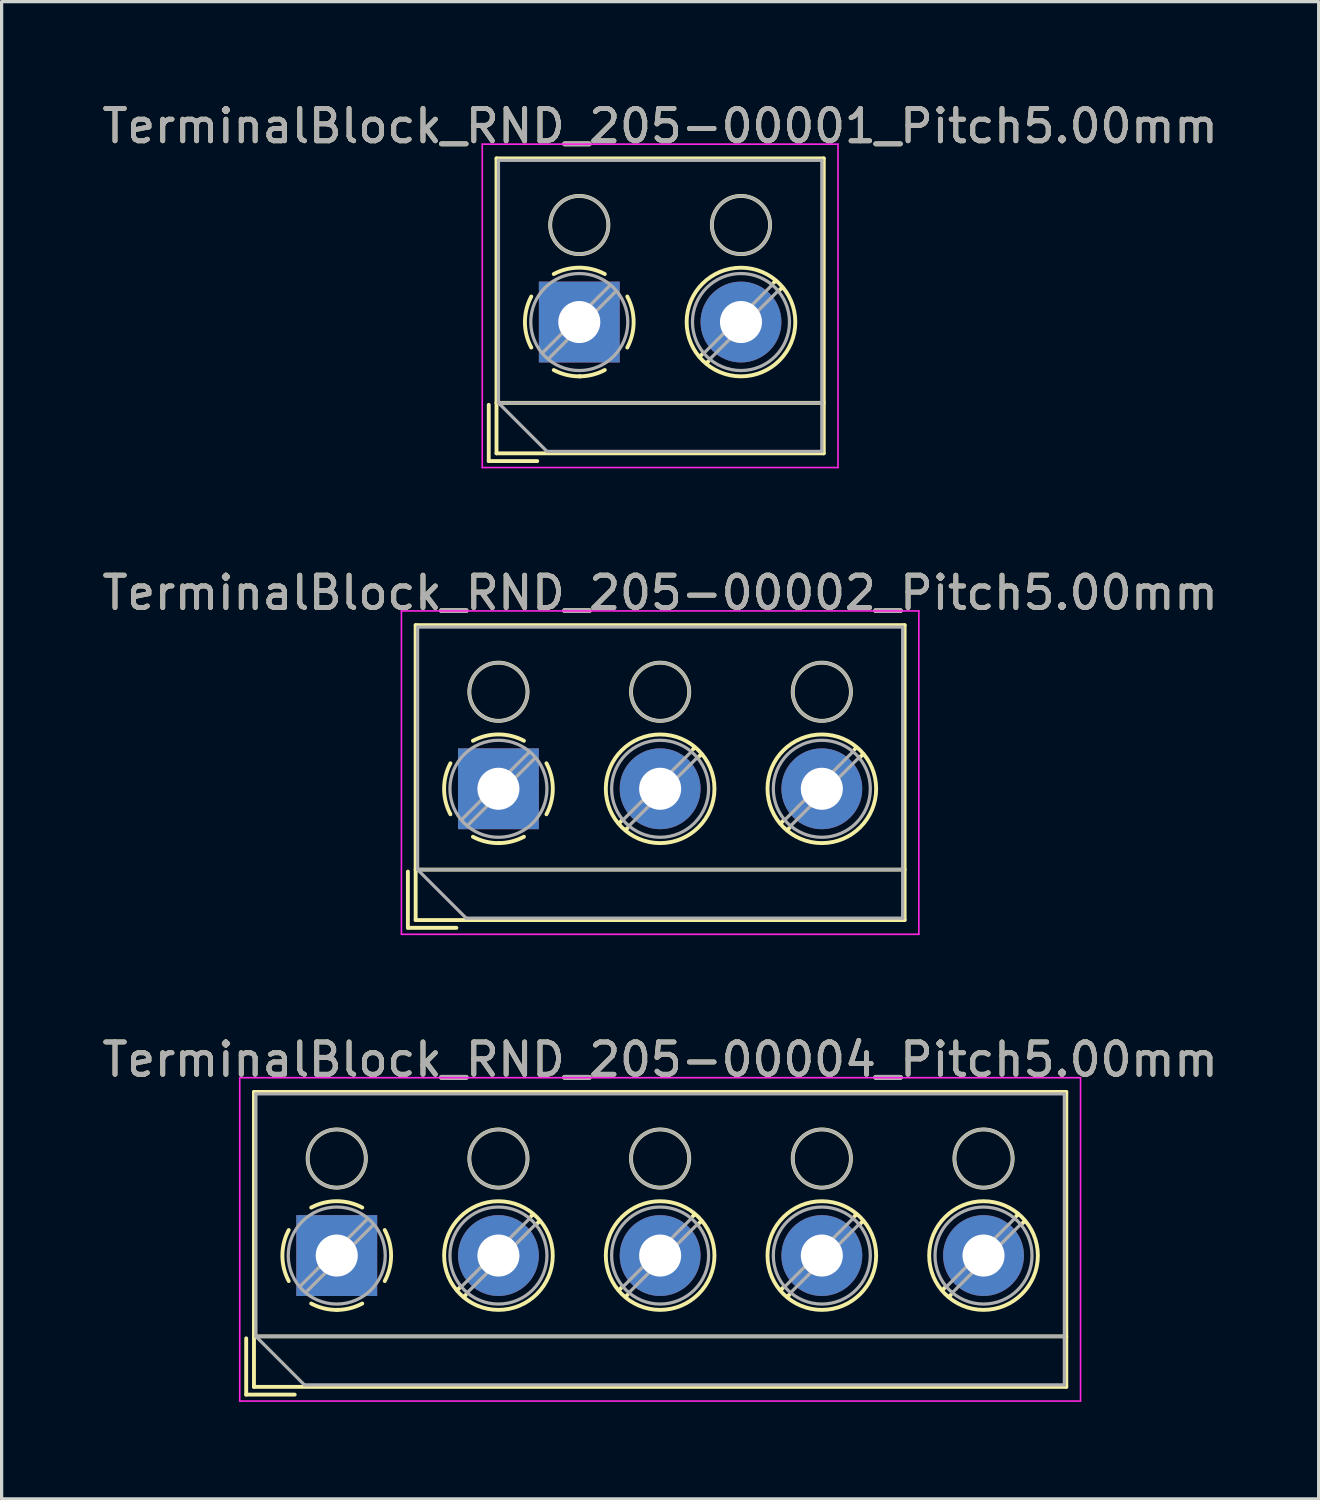
<source format=kicad_pcb>
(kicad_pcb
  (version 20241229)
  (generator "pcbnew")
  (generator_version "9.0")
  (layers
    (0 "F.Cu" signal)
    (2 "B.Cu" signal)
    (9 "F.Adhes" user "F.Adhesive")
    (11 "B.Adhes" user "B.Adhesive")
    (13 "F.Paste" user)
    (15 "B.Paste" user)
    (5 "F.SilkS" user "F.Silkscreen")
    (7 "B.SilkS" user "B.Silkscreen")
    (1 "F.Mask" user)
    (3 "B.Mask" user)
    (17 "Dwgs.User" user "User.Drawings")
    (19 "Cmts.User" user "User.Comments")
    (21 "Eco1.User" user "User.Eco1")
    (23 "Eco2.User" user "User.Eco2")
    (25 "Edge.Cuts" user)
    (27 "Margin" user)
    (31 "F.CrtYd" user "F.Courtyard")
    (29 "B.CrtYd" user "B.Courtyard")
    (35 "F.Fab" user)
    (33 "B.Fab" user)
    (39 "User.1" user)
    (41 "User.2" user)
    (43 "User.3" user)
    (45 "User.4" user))
  (footprint "TerminalBlock_RND_205-00002_Pitch5.00mm"
    (layer "F.Cu")
    (at 12.363 21.341)
    (property "Reference" "TerminalBlock_RND_205-00002_Pitch5.00mm" (at 5 -6.06 0) (layer "F.SilkS") (effects (font (size 1 1) (thickness 0.15))))
    (attr through_hole)
    (fp_line (start -2.8 2.56) (end -2.8 4.3) (stroke (width 0.12) (type solid)) (layer "F.SilkS"))
    (fp_line (start -2.8 4.3) (end -1.3 4.3) (stroke (width 0.12) (type solid)) (layer "F.SilkS"))
    (fp_line (start -2.56 -5.06) (end -2.56 4.06) (stroke (width 0.12) (type solid)) (layer "F.SilkS"))
    (fp_line (start -2.56 2.5) (end 12.56 2.5) (stroke (width 0.12) (type solid)) (layer "F.SilkS"))
    (fp_line (start -2.56 4.06) (end 12.56 4.06) (stroke (width 0.12) (type solid)) (layer "F.SilkS"))
    (fp_line (start 3.82 0.976) (end 3.726 1.069) (stroke (width 0.12) (type solid)) (layer "F.SilkS"))
    (fp_line (start 3.99 1.216) (end 3.931 1.274) (stroke (width 0.12) (type solid)) (layer "F.SilkS"))
    (fp_line (start 6.07 -1.275) (end 6.011 -1.216) (stroke (width 0.12) (type solid)) (layer "F.SilkS"))
    (fp_line (start 6.275 -1.069) (end 6.181 -0.976) (stroke (width 0.12) (type solid)) (layer "F.SilkS"))
    (fp_line (start 8.82 0.976) (end 8.726 1.069) (stroke (width 0.12) (type solid)) (layer "F.SilkS"))
    (fp_line (start 8.99 1.216) (end 8.931 1.274) (stroke (width 0.12) (type solid)) (layer "F.SilkS"))
    (fp_line (start 11.07 -1.275) (end 11.011 -1.216) (stroke (width 0.12) (type solid)) (layer "F.SilkS"))
    (fp_line (start 11.275 -1.069) (end 11.181 -0.976) (stroke (width 0.12) (type solid)) (layer "F.SilkS"))
    (fp_line (start 12.56 -5.06) (end -2.56 -5.06) (stroke (width 0.12) (type solid)) (layer "F.SilkS"))
    (fp_line (start 12.56 4.06) (end 12.56 -5.06) (stroke (width 0.12) (type solid)) (layer "F.SilkS"))
    (fp_arc (start -1.483953 0.789089) (mid -1.680708 0.00005) (end -1.484 -0.789) (stroke (width 0.12) (type solid)) (layer "F.SilkS"))
    (fp_arc (start -0.789089 -1.483953) (mid -0.00005 -1.680708) (end 0.789 -1.484) (stroke (width 0.12) (type solid)) (layer "F.SilkS"))
    (fp_arc (start 0.029383 1.68045) (mid -0.392304 1.634281) (end -0.789 1.484) (stroke (width 0.12) (type solid)) (layer "F.SilkS"))
    (fp_arc (start 0.788712 1.483352) (mid 0.406429 1.630097) (end 0 1.68) (stroke (width 0.12) (type solid)) (layer "F.SilkS"))
    (fp_arc (start 1.483953 -0.789089) (mid 1.680708 -0.00005) (end 1.484 0.789) (stroke (width 0.12) (type solid)) (layer "F.SilkS"))
    (fp_circle (center 0 -3) (end 0.9 -3) (stroke (width 0.12) (type solid)) (fill no) (layer "F.SilkS"))
    (fp_circle (center 5 -3) (end 5.9 -3) (stroke (width 0.12) (type solid)) (fill no) (layer "F.SilkS"))
    (fp_circle (center 5 0) (end 6.68 0) (stroke (width 0.12) (type solid)) (fill no) (layer "F.SilkS"))
    (fp_circle (center 10 -3) (end 10.9 -3) (stroke (width 0.12) (type solid)) (fill no) (layer "F.SilkS"))
    (fp_circle (center 10 0) (end 11.68 0) (stroke (width 0.12) (type solid)) (fill no) (layer "F.SilkS"))
    (fp_line (start -3 -5.5) (end -3 4.5) (stroke (width 0.05) (type solid)) (layer "F.CrtYd"))
    (fp_line (start -3 4.5) (end 13 4.5) (stroke (width 0.05) (type solid)) (layer "F.CrtYd"))
    (fp_line (start 13 -5.5) (end -3 -5.5) (stroke (width 0.05) (type solid)) (layer "F.CrtYd"))
    (fp_line (start 13 4.5) (end 13 -5.5) (stroke (width 0.05) (type solid)) (layer "F.CrtYd"))
    (fp_line (start -2.5 -5) (end 12.5 -5) (stroke (width 0.1) (type solid)) (layer "F.Fab"))
    (fp_line (start -2.5 2.5) (end -2.5 -5) (stroke (width 0.1) (type solid)) (layer "F.Fab"))
    (fp_line (start -2.5 2.5) (end 12.5 2.5) (stroke (width 0.1) (type solid)) (layer "F.Fab"))
    (fp_line (start -1 4) (end -2.5 2.5) (stroke (width 0.1) (type solid)) (layer "F.Fab"))
    (fp_line (start 0.955 -1.138) (end -1.138 0.955) (stroke (width 0.1) (type solid)) (layer "F.Fab"))
    (fp_line (start 1.138 -0.955) (end -0.955 1.138) (stroke (width 0.1) (type solid)) (layer "F.Fab"))
    (fp_line (start 5.955 -1.138) (end 3.863 0.955) (stroke (width 0.1) (type solid)) (layer "F.Fab"))
    (fp_line (start 6.138 -0.955) (end 4.046 1.138) (stroke (width 0.1) (type solid)) (layer "F.Fab"))
    (fp_line (start 10.955 -1.138) (end 8.863 0.955) (stroke (width 0.1) (type solid)) (layer "F.Fab"))
    (fp_line (start 11.138 -0.955) (end 9.046 1.138) (stroke (width 0.1) (type solid)) (layer "F.Fab"))
    (fp_line (start 12.5 -5) (end 12.5 4) (stroke (width 0.1) (type solid)) (layer "F.Fab"))
    (fp_line (start 12.5 4) (end -1 4) (stroke (width 0.1) (type solid)) (layer "F.Fab"))
    (fp_circle (center 0 -3) (end 0.9 -3) (stroke (width 0.1) (type solid)) (fill no) (layer "F.Fab"))
    (fp_circle (center 0 0) (end 1.5 0) (stroke (width 0.1) (type solid)) (fill no) (layer "F.Fab"))
    (fp_circle (center 5 -3) (end 5.9 -3) (stroke (width 0.1) (type solid)) (fill no) (layer "F.Fab"))
    (fp_circle (center 5 0) (end 6.5 0) (stroke (width 0.1) (type solid)) (fill no) (layer "F.Fab"))
    (fp_circle (center 10 -3) (end 10.9 -3) (stroke (width 0.1) (type solid)) (fill no) (layer "F.Fab"))
    (fp_circle (center 10 0) (end 11.5 0) (stroke (width 0.1) (type solid)) (fill no) (layer "F.Fab"))
    (fp_text user "${REFERENCE}" (at 5 -6.06 0) (layer "F.Fab") (effects (font (size 1 1) (thickness 0.15))))
    (pad "1" thru_hole rect (at 0 0) (size 2.5 2.5) (drill 1.3) (layers "*.Cu" "*.Mask"))
    (pad "2" thru_hole circle (at 5 0) (size 2.5 2.5) (drill 1.3) (layers "*.Cu" "*.Mask"))
    (pad "3" thru_hole circle (at 10 0) (size 2.5 2.5) (drill 1.3) (layers "*.Cu" "*.Mask")))
  (footprint "TerminalBlock_RND_205-00004_Pitch5.00mm"
    (layer "F.Cu")
    (at 7.363 35.775)
    (property "Reference" "TerminalBlock_RND_205-00004_Pitch5.00mm" (at 10 -6.06 0) (layer "F.SilkS") (effects (font (size 1 1) (thickness 0.15))))
    (attr through_hole)
    (fp_line (start -2.8 2.56) (end -2.8 4.3) (stroke (width 0.12) (type solid)) (layer "F.SilkS"))
    (fp_line (start -2.8 4.3) (end -1.3 4.3) (stroke (width 0.12) (type solid)) (layer "F.SilkS"))
    (fp_line (start -2.56 -5.06) (end -2.56 4.06) (stroke (width 0.12) (type solid)) (layer "F.SilkS"))
    (fp_line (start -2.56 2.5) (end 22.56 2.5) (stroke (width 0.12) (type solid)) (layer "F.SilkS"))
    (fp_line (start -2.56 4.06) (end 22.56 4.06) (stroke (width 0.12) (type solid)) (layer "F.SilkS"))
    (fp_line (start 3.82 0.976) (end 3.726 1.069) (stroke (width 0.12) (type solid)) (layer "F.SilkS"))
    (fp_line (start 3.99 1.216) (end 3.931 1.274) (stroke (width 0.12) (type solid)) (layer "F.SilkS"))
    (fp_line (start 6.07 -1.275) (end 6.011 -1.216) (stroke (width 0.12) (type solid)) (layer "F.SilkS"))
    (fp_line (start 6.275 -1.069) (end 6.181 -0.976) (stroke (width 0.12) (type solid)) (layer "F.SilkS"))
    (fp_line (start 8.82 0.976) (end 8.726 1.069) (stroke (width 0.12) (type solid)) (layer "F.SilkS"))
    (fp_line (start 8.99 1.216) (end 8.931 1.274) (stroke (width 0.12) (type solid)) (layer "F.SilkS"))
    (fp_line (start 11.07 -1.275) (end 11.011 -1.216) (stroke (width 0.12) (type solid)) (layer "F.SilkS"))
    (fp_line (start 11.275 -1.069) (end 11.181 -0.976) (stroke (width 0.12) (type solid)) (layer "F.SilkS"))
    (fp_line (start 13.82 0.976) (end 13.726 1.069) (stroke (width 0.12) (type solid)) (layer "F.SilkS"))
    (fp_line (start 13.99 1.216) (end 13.931 1.274) (stroke (width 0.12) (type solid)) (layer "F.SilkS"))
    (fp_line (start 16.07 -1.275) (end 16.011 -1.216) (stroke (width 0.12) (type solid)) (layer "F.SilkS"))
    (fp_line (start 16.275 -1.069) (end 16.181 -0.976) (stroke (width 0.12) (type solid)) (layer "F.SilkS"))
    (fp_line (start 18.82 0.976) (end 18.726 1.069) (stroke (width 0.12) (type solid)) (layer "F.SilkS"))
    (fp_line (start 18.99 1.216) (end 18.931 1.274) (stroke (width 0.12) (type solid)) (layer "F.SilkS"))
    (fp_line (start 21.07 -1.275) (end 21.011 -1.216) (stroke (width 0.12) (type solid)) (layer "F.SilkS"))
    (fp_line (start 21.275 -1.069) (end 21.181 -0.976) (stroke (width 0.12) (type solid)) (layer "F.SilkS"))
    (fp_line (start 22.56 -5.06) (end -2.56 -5.06) (stroke (width 0.12) (type solid)) (layer "F.SilkS"))
    (fp_line (start 22.56 4.06) (end 22.56 -5.06) (stroke (width 0.12) (type solid)) (layer "F.SilkS"))
    (fp_arc (start -1.483953 0.789089) (mid -1.680708 0.00005) (end -1.484 -0.789) (stroke (width 0.12) (type solid)) (layer "F.SilkS"))
    (fp_arc (start -0.789089 -1.483953) (mid -0.00005 -1.680708) (end 0.789 -1.484) (stroke (width 0.12) (type solid)) (layer "F.SilkS"))
    (fp_arc (start 0.029383 1.68045) (mid -0.392304 1.634281) (end -0.789 1.484) (stroke (width 0.12) (type solid)) (layer "F.SilkS"))
    (fp_arc (start 0.788712 1.483352) (mid 0.406429 1.630097) (end 0 1.68) (stroke (width 0.12) (type solid)) (layer "F.SilkS"))
    (fp_arc (start 1.483953 -0.789089) (mid 1.680708 -0.00005) (end 1.484 0.789) (stroke (width 0.12) (type solid)) (layer "F.SilkS"))
    (fp_circle (center 0 -3) (end 0.9 -3) (stroke (width 0.12) (type solid)) (fill no) (layer "F.SilkS"))
    (fp_circle (center 5 -3) (end 5.9 -3) (stroke (width 0.12) (type solid)) (fill no) (layer "F.SilkS"))
    (fp_circle (center 5 0) (end 6.68 0) (stroke (width 0.12) (type solid)) (fill no) (layer "F.SilkS"))
    (fp_circle (center 10 -3) (end 10.9 -3) (stroke (width 0.12) (type solid)) (fill no) (layer "F.SilkS"))
    (fp_circle (center 10 0) (end 11.68 0) (stroke (width 0.12) (type solid)) (fill no) (layer "F.SilkS"))
    (fp_circle (center 15 -3) (end 15.9 -3) (stroke (width 0.12) (type solid)) (fill no) (layer "F.SilkS"))
    (fp_circle (center 15 0) (end 16.68 0) (stroke (width 0.12) (type solid)) (fill no) (layer "F.SilkS"))
    (fp_circle (center 20 -3) (end 20.9 -3) (stroke (width 0.12) (type solid)) (fill no) (layer "F.SilkS"))
    (fp_circle (center 20 0) (end 21.68 0) (stroke (width 0.12) (type solid)) (fill no) (layer "F.SilkS"))
    (fp_line (start -3 -5.5) (end -3 4.5) (stroke (width 0.05) (type solid)) (layer "F.CrtYd"))
    (fp_line (start -3 4.5) (end 23 4.5) (stroke (width 0.05) (type solid)) (layer "F.CrtYd"))
    (fp_line (start 23 -5.5) (end -3 -5.5) (stroke (width 0.05) (type solid)) (layer "F.CrtYd"))
    (fp_line (start 23 4.5) (end 23 -5.5) (stroke (width 0.05) (type solid)) (layer "F.CrtYd"))
    (fp_line (start -2.5 -5) (end 22.5 -5) (stroke (width 0.1) (type solid)) (layer "F.Fab"))
    (fp_line (start -2.5 2.5) (end -2.5 -5) (stroke (width 0.1) (type solid)) (layer "F.Fab"))
    (fp_line (start -2.5 2.5) (end 22.5 2.5) (stroke (width 0.1) (type solid)) (layer "F.Fab"))
    (fp_line (start -1 4) (end -2.5 2.5) (stroke (width 0.1) (type solid)) (layer "F.Fab"))
    (fp_line (start 0.955 -1.138) (end -1.138 0.955) (stroke (width 0.1) (type solid)) (layer "F.Fab"))
    (fp_line (start 1.138 -0.955) (end -0.955 1.138) (stroke (width 0.1) (type solid)) (layer "F.Fab"))
    (fp_line (start 5.955 -1.138) (end 3.863 0.955) (stroke (width 0.1) (type solid)) (layer "F.Fab"))
    (fp_line (start 6.138 -0.955) (end 4.046 1.138) (stroke (width 0.1) (type solid)) (layer "F.Fab"))
    (fp_line (start 10.955 -1.138) (end 8.863 0.955) (stroke (width 0.1) (type solid)) (layer "F.Fab"))
    (fp_line (start 11.138 -0.955) (end 9.046 1.138) (stroke (width 0.1) (type solid)) (layer "F.Fab"))
    (fp_line (start 15.955 -1.138) (end 13.863 0.955) (stroke (width 0.1) (type solid)) (layer "F.Fab"))
    (fp_line (start 16.138 -0.955) (end 14.046 1.138) (stroke (width 0.1) (type solid)) (layer "F.Fab"))
    (fp_line (start 20.955 -1.138) (end 18.863 0.955) (stroke (width 0.1) (type solid)) (layer "F.Fab"))
    (fp_line (start 21.138 -0.955) (end 19.046 1.138) (stroke (width 0.1) (type solid)) (layer "F.Fab"))
    (fp_line (start 22.5 -5) (end 22.5 4) (stroke (width 0.1) (type solid)) (layer "F.Fab"))
    (fp_line (start 22.5 4) (end -1 4) (stroke (width 0.1) (type solid)) (layer "F.Fab"))
    (fp_circle (center 0 -3) (end 0.9 -3) (stroke (width 0.1) (type solid)) (fill no) (layer "F.Fab"))
    (fp_circle (center 0 0) (end 1.5 0) (stroke (width 0.1) (type solid)) (fill no) (layer "F.Fab"))
    (fp_circle (center 5 -3) (end 5.9 -3) (stroke (width 0.1) (type solid)) (fill no) (layer "F.Fab"))
    (fp_circle (center 5 0) (end 6.5 0) (stroke (width 0.1) (type solid)) (fill no) (layer "F.Fab"))
    (fp_circle (center 10 -3) (end 10.9 -3) (stroke (width 0.1) (type solid)) (fill no) (layer "F.Fab"))
    (fp_circle (center 10 0) (end 11.5 0) (stroke (width 0.1) (type solid)) (fill no) (layer "F.Fab"))
    (fp_circle (center 15 -3) (end 15.9 -3) (stroke (width 0.1) (type solid)) (fill no) (layer "F.Fab"))
    (fp_circle (center 15 0) (end 16.5 0) (stroke (width 0.1) (type solid)) (fill no) (layer "F.Fab"))
    (fp_circle (center 20 -3) (end 20.9 -3) (stroke (width 0.1) (type solid)) (fill no) (layer "F.Fab"))
    (fp_circle (center 20 0) (end 21.5 0) (stroke (width 0.1) (type solid)) (fill no) (layer "F.Fab"))
    (fp_text user "${REFERENCE}" (at 10 -6.06 0) (layer "F.Fab") (effects (font (size 1 1) (thickness 0.15))))
    (pad "1" thru_hole rect (at 0 0) (size 2.5 2.5) (drill 1.3) (layers "*.Cu" "*.Mask"))
    (pad "2" thru_hole circle (at 5 0) (size 2.5 2.5) (drill 1.3) (layers "*.Cu" "*.Mask"))
    (pad "3" thru_hole circle (at 10 0) (size 2.5 2.5) (drill 1.3) (layers "*.Cu" "*.Mask"))
    (pad "4" thru_hole circle (at 15 0) (size 2.5 2.5) (drill 1.3) (layers "*.Cu" "*.Mask"))
    (pad "5" thru_hole circle (at 20 0) (size 2.5 2.5) (drill 1.3) (layers "*.Cu" "*.Mask")))
  (footprint "TerminalBlock_RND_205-00001_Pitch5.00mm"
    (layer "F.Cu")
    (at 14.863 6.908)
    (property "Reference" "TerminalBlock_RND_205-00001_Pitch5.00mm" (at 2.5 -6.06 0) (layer "F.SilkS") (effects (font (size 1 1) (thickness 0.15))))
    (attr through_hole)
    (fp_line (start -2.8 2.56) (end -2.8 4.3) (stroke (width 0.12) (type solid)) (layer "F.SilkS"))
    (fp_line (start -2.8 4.3) (end -1.3 4.3) (stroke (width 0.12) (type solid)) (layer "F.SilkS"))
    (fp_line (start -2.56 -5.06) (end -2.56 4.06) (stroke (width 0.12) (type solid)) (layer "F.SilkS"))
    (fp_line (start -2.56 2.5) (end 7.56 2.5) (stroke (width 0.12) (type solid)) (layer "F.SilkS"))
    (fp_line (start -2.56 4.06) (end 7.56 4.06) (stroke (width 0.12) (type solid)) (layer "F.SilkS"))
    (fp_line (start 3.82 0.976) (end 3.726 1.069) (stroke (width 0.12) (type solid)) (layer "F.SilkS"))
    (fp_line (start 3.99 1.216) (end 3.931 1.274) (stroke (width 0.12) (type solid)) (layer "F.SilkS"))
    (fp_line (start 6.07 -1.275) (end 6.011 -1.216) (stroke (width 0.12) (type solid)) (layer "F.SilkS"))
    (fp_line (start 6.275 -1.069) (end 6.181 -0.976) (stroke (width 0.12) (type solid)) (layer "F.SilkS"))
    (fp_line (start 7.56 -5.06) (end -2.56 -5.06) (stroke (width 0.12) (type solid)) (layer "F.SilkS"))
    (fp_line (start 7.56 4.06) (end 7.56 -5.06) (stroke (width 0.12) (type solid)) (layer "F.SilkS"))
    (fp_arc (start -1.483953 0.789089) (mid -1.680708 0.00005) (end -1.484 -0.789) (stroke (width 0.12) (type solid)) (layer "F.SilkS"))
    (fp_arc (start -0.789089 -1.483953) (mid -0.00005 -1.680708) (end 0.789 -1.484) (stroke (width 0.12) (type solid)) (layer "F.SilkS"))
    (fp_arc (start 0.029383 1.68045) (mid -0.392304 1.634281) (end -0.789 1.484) (stroke (width 0.12) (type solid)) (layer "F.SilkS"))
    (fp_arc (start 0.788712 1.483352) (mid 0.406429 1.630097) (end 0 1.68) (stroke (width 0.12) (type solid)) (layer "F.SilkS"))
    (fp_arc (start 1.483953 -0.789089) (mid 1.680708 -0.00005) (end 1.484 0.789) (stroke (width 0.12) (type solid)) (layer "F.SilkS"))
    (fp_circle (center 0 -3) (end 0.9 -3) (stroke (width 0.12) (type solid)) (fill no) (layer "F.SilkS"))
    (fp_circle (center 5 -3) (end 5.9 -3) (stroke (width 0.12) (type solid)) (fill no) (layer "F.SilkS"))
    (fp_circle (center 5 0) (end 6.68 0) (stroke (width 0.12) (type solid)) (fill no) (layer "F.SilkS"))
    (fp_line (start -3 -5.5) (end -3 4.5) (stroke (width 0.05) (type solid)) (layer "F.CrtYd"))
    (fp_line (start -3 4.5) (end 8 4.5) (stroke (width 0.05) (type solid)) (layer "F.CrtYd"))
    (fp_line (start 8 -5.5) (end -3 -5.5) (stroke (width 0.05) (type solid)) (layer "F.CrtYd"))
    (fp_line (start 8 4.5) (end 8 -5.5) (stroke (width 0.05) (type solid)) (layer "F.CrtYd"))
    (fp_line (start -2.5 -5) (end 7.5 -5) (stroke (width 0.1) (type solid)) (layer "F.Fab"))
    (fp_line (start -2.5 2.5) (end -2.5 -5) (stroke (width 0.1) (type solid)) (layer "F.Fab"))
    (fp_line (start -2.5 2.5) (end 7.5 2.5) (stroke (width 0.1) (type solid)) (layer "F.Fab"))
    (fp_line (start -1 4) (end -2.5 2.5) (stroke (width 0.1) (type solid)) (layer "F.Fab"))
    (fp_line (start 0.955 -1.138) (end -1.138 0.955) (stroke (width 0.1) (type solid)) (layer "F.Fab"))
    (fp_line (start 1.138 -0.955) (end -0.955 1.138) (stroke (width 0.1) (type solid)) (layer "F.Fab"))
    (fp_line (start 5.955 -1.138) (end 3.863 0.955) (stroke (width 0.1) (type solid)) (layer "F.Fab"))
    (fp_line (start 6.138 -0.955) (end 4.046 1.138) (stroke (width 0.1) (type solid)) (layer "F.Fab"))
    (fp_line (start 7.5 -5) (end 7.5 4) (stroke (width 0.1) (type solid)) (layer "F.Fab"))
    (fp_line (start 7.5 4) (end -1 4) (stroke (width 0.1) (type solid)) (layer "F.Fab"))
    (fp_circle (center 0 -3) (end 0.9 -3) (stroke (width 0.1) (type solid)) (fill no) (layer "F.Fab"))
    (fp_circle (center 0 0) (end 1.5 0) (stroke (width 0.1) (type solid)) (fill no) (layer "F.Fab"))
    (fp_circle (center 5 -3) (end 5.9 -3) (stroke (width 0.1) (type solid)) (fill no) (layer "F.Fab"))
    (fp_circle (center 5 0) (end 6.5 0) (stroke (width 0.1) (type solid)) (fill no) (layer "F.Fab"))
    (fp_text user "${REFERENCE}" (at 2.5 -6.06 0) (layer "F.Fab") (effects (font (size 1 1) (thickness 0.15))))
    (pad "1" thru_hole rect (at 0 0) (size 2.5 2.5) (drill 1.3) (layers "*.Cu" "*.Mask"))
    (pad "2" thru_hole circle (at 5 0) (size 2.5 2.5) (drill 1.3) (layers "*.Cu" "*.Mask")))
  (gr_rect
    (start -3 -3)
    (end 37.726 43.3)
    (stroke (width 0.1) (type default))
    (fill no)
    (layer "Edge.Cuts")))
</source>
